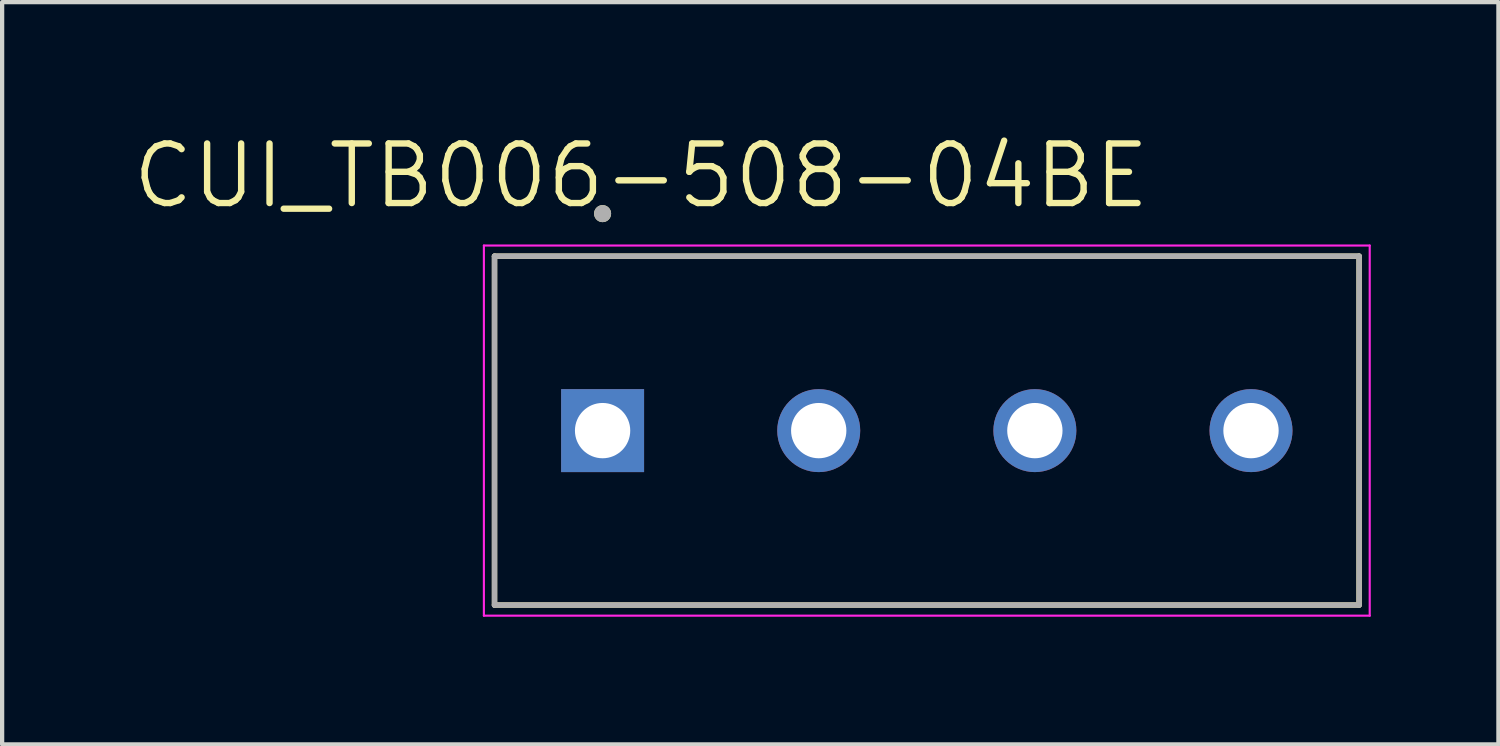
<source format=kicad_pcb>
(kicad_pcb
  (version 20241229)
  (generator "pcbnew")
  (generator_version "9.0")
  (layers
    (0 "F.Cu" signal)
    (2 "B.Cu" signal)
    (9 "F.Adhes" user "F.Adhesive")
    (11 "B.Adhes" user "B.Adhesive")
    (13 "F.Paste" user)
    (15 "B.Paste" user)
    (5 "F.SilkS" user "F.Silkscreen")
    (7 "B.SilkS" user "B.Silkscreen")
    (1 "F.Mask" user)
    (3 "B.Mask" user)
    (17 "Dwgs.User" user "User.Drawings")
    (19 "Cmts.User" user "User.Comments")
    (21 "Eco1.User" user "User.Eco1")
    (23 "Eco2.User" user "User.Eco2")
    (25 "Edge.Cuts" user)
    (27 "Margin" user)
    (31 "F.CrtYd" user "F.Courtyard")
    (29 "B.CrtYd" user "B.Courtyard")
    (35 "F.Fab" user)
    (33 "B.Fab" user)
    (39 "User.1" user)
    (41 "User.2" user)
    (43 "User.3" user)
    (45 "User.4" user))
  (footprint "CUI_TB006-508-04BE"
    (layer "F.Cu")
    (at 11.113 7.071)
    (property "Reference" "CUI_TB006-508-04BE" (at 0.905 -5.989 0) (layer "F.SilkS") (effects (font (size 1.4 1.4) (thickness 0.15))))
    (attr through_hole)
    (fp_line (start -2.54 -4.1) (end 17.78 -4.1) (stroke (width 0.127) (type solid)) (layer "F.SilkS"))
    (fp_line (start -2.54 4.1) (end -2.54 -4.1) (stroke (width 0.127) (type solid)) (layer "F.SilkS"))
    (fp_line (start 17.78 -4.1) (end 17.78 4.1) (stroke (width 0.127) (type solid)) (layer "F.SilkS"))
    (fp_line (start 17.78 4.1) (end -2.54 4.1) (stroke (width 0.127) (type solid)) (layer "F.SilkS"))
    (fp_circle (center 0 -5.1) (end 0.1 -5.1) (stroke (width 0.2) (type solid)) (fill no) (layer "F.SilkS"))
    (fp_line (start -2.79 -4.35) (end 18.03 -4.35) (stroke (width 0.05) (type solid)) (layer "F.CrtYd"))
    (fp_line (start -2.79 4.35) (end -2.79 -4.35) (stroke (width 0.05) (type solid)) (layer "F.CrtYd"))
    (fp_line (start 18.03 -4.35) (end 18.03 4.35) (stroke (width 0.05) (type solid)) (layer "F.CrtYd"))
    (fp_line (start 18.03 4.35) (end -2.79 4.35) (stroke (width 0.05) (type solid)) (layer "F.CrtYd"))
    (fp_line (start -2.54 -4.1) (end 17.78 -4.1) (stroke (width 0.127) (type solid)) (layer "F.Fab"))
    (fp_line (start -2.54 4.1) (end -2.54 -4.1) (stroke (width 0.127) (type solid)) (layer "F.Fab"))
    (fp_line (start 17.78 -4.1) (end 17.78 4.1) (stroke (width 0.127) (type solid)) (layer "F.Fab"))
    (fp_line (start 17.78 4.1) (end -2.54 4.1) (stroke (width 0.127) (type solid)) (layer "F.Fab"))
    (fp_circle (center 0 -5.1) (end 0.1 -5.1) (stroke (width 0.2) (type solid)) (fill no) (layer "F.Fab"))
    (pad "1" thru_hole rect (at 0 0) (size 1.95 1.95) (drill 1.3) (layers "*.Cu" "*.Mask"))
    (pad "2" thru_hole circle (at 5.08 0) (size 1.95 1.95) (drill 1.3) (layers "*.Cu" "*.Mask"))
    (pad "3" thru_hole circle (at 10.16 0) (size 1.95 1.95) (drill 1.3) (layers "*.Cu" "*.Mask"))
    (pad "4" thru_hole circle (at 15.24 0) (size 1.95 1.95) (drill 1.3) (layers "*.Cu" "*.Mask")))
  (gr_rect
    (start -3 -3)
    (end 32.168 14.446)
    (stroke (width 0.1) (type default))
    (fill no)
    (layer "Edge.Cuts")))
</source>
